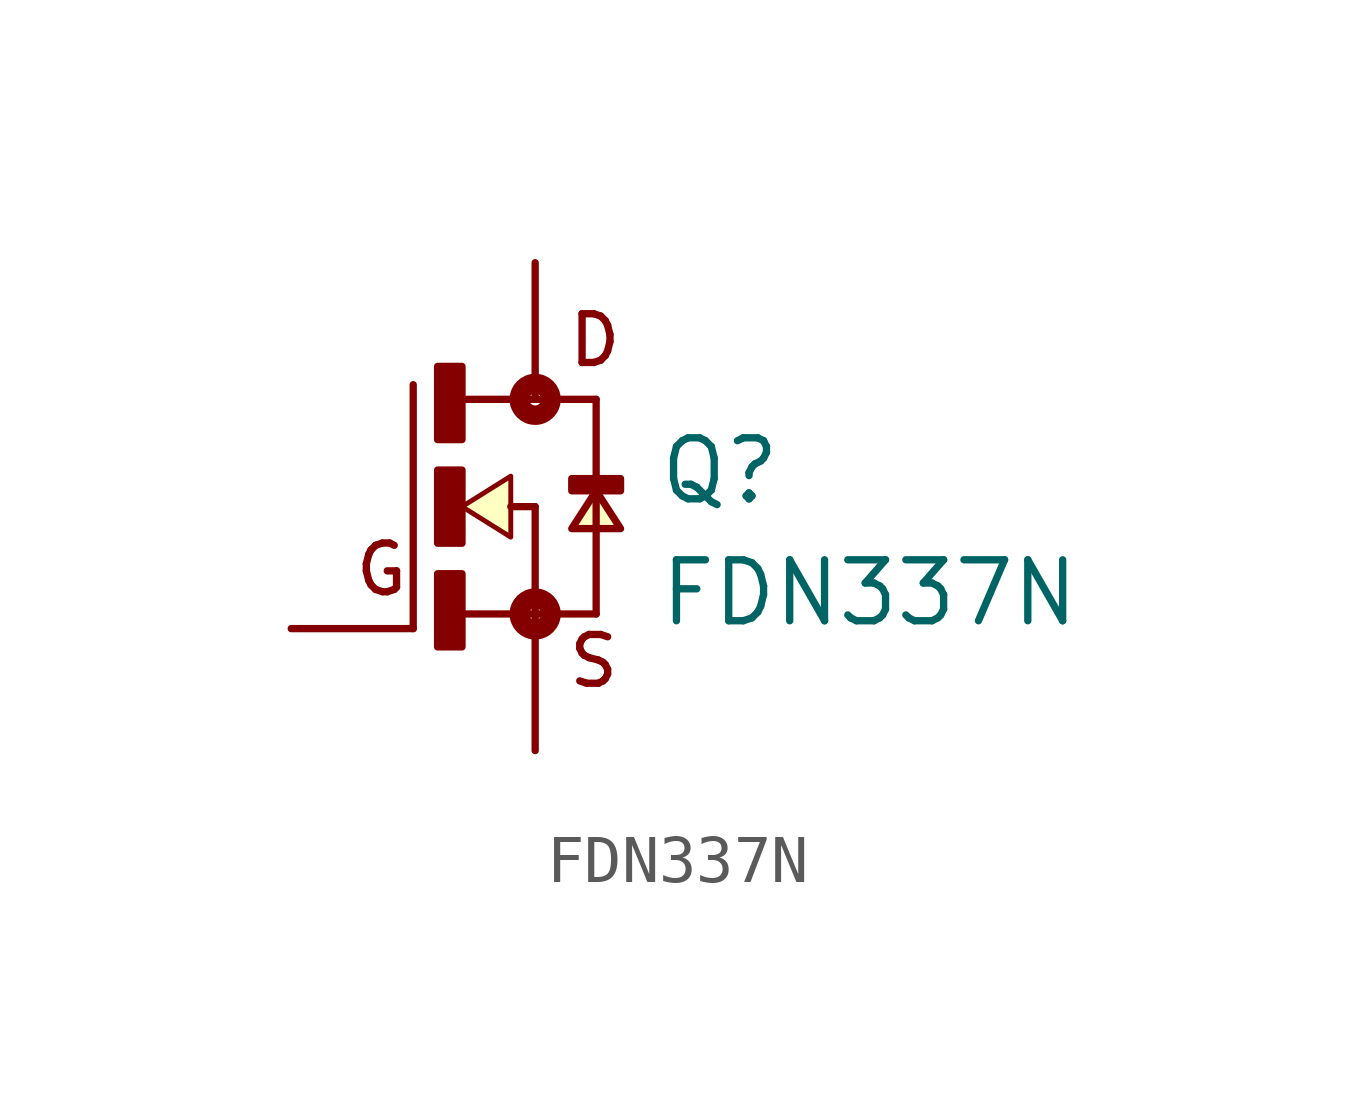
<source format=kicad_sym>
(kicad_symbol_lib
  (version 20211014)
  (generator kicad_symbol_editor)
  (symbol "FDN337N"
    (pin_numbers hide)
    (pin_names
      (offset 1.016) hide)
    (property "Reference" "Q"
      (at 2.54 0 0)
      (effects (font (size 1.27 1.27)) (justify left bottom)))
    (property "Value" "FDN337N"
      (at 2.54 -2.54 0)
      (effects (font (size 1.27 1.27)) (justify left bottom)))
    (symbol "FDN337N_0_0"
      (rectangle (start -2.032 -2.921) (end -1.524 -1.397) (stroke (width 0) (type default) (color 0 0 0 0)) (fill (type outline)))
      (rectangle (start -2.032 -0.762) (end -1.524 0.762) (stroke (width 0) (type default) (color 0 0 0 0)) (fill (type outline)))
      (rectangle (start -2.032 1.397) (end -1.524 2.921) (stroke (width 0) (type default) (color 0 0 0 0)) (fill (type outline)))
      (circle (center 0 -2.235) (radius 0.127) (stroke (width 0.406) (type default) (color 0 0 0 0)) (fill (type none)))
      (polyline (pts (xy -2.54 -2.54) (xy -2.54 2.54)) (stroke (width 0.152) (type default) (color 0 0 0 0)) (fill (type none)))
      (polyline (pts (xy -1.6 -2.235) (xy 0 -2.235)) (stroke (width 0.152) (type default) (color 0 0 0 0)) (fill (type none)))
      (polyline (pts (xy -1.6 2.235) (xy 0 2.235)) (stroke (width 0.152) (type default) (color 0 0 0 0)) (fill (type none)))
      (polyline (pts (xy -0.508 0) (xy 0 0)) (stroke (width 0.152) (type default) (color 0 0 0 0)) (fill (type none)))
      (polyline (pts (xy 0 -2.235) (xy 0 -2.54)) (stroke (width 0.152) (type default) (color 0 0 0 0)) (fill (type none)))
      (polyline (pts (xy 0 0) (xy 0 -2.235)) (stroke (width 0.152) (type default) (color 0 0 0 0)) (fill (type none)))
      (polyline (pts (xy 0 2.235) (xy 1.27 2.235)) (stroke (width 0.152) (type default) (color 0 0 0 0)) (fill (type none)))
      (polyline (pts (xy 0 2.54) (xy 0 2.235)) (stroke (width 0.152) (type default) (color 0 0 0 0)) (fill (type none)))
      (polyline (pts (xy 1.27 -2.235) (xy 0 -2.235)) (stroke (width 0.152) (type default) (color 0 0 0 0)) (fill (type none)))
      (polyline (pts (xy 1.27 2.235) (xy 1.27 -2.235)) (stroke (width 0.152) (type default) (color 0 0 0 0)) (fill (type none)))
      (polyline (pts (xy -1.524 0) (xy -0.508 0.635) (xy -0.508 -0.635) (xy -1.524 0)) (stroke (width 0.102) (type default) (color 0 0 0 0)) (fill (type background)))
      (polyline (pts (xy 1.27 0.33) (xy 0.762 -0.457) (xy 1.778 -0.457) (xy 1.27 0.33)) (stroke (width 0.152) (type default) (color 0 0 0 0)) (fill (type background)))
      (circle (center 0 2.235) (radius 0.127) (stroke (width 0.406) (type default) (color 0 0 0 0)) (fill (type none)))
      (rectangle (start 0.762 0.33) (end 1.778 0.584) (stroke (width 0) (type default) (color 0 0 0 0)) (fill (type outline)))
      (text "D" (at 0.635 2.87 0) (effects (font (size 1.016 1.016)) (justify left bottom)))
      (text "G" (at -3.81 -1.905 0) (effects (font (size 1.016 1.016)) (justify left bottom)))
      (text "S" (at 0.635 -3.81 0) (effects (font (size 1.016 1.016)) (justify left bottom)))
      (pin passive line (at -5.08 -2.54 0) (length 2.54) (name "~" (effects (font (size 1.016 1.016)))) (number "1" (effects (font (size 1.016 1.016)))))
      (pin passive line (at 0 -5.08 90) (length 2.54) (name "~" (effects (font (size 1.016 1.016)))) (number "2" (effects (font (size 1.016 1.016)))))
      (pin passive line (at 0 5.08 270) (length 2.54) (name "~" (effects (font (size 1.016 1.016)))) (number "3" (effects (font (size 1.016 1.016))))))))
</source>
